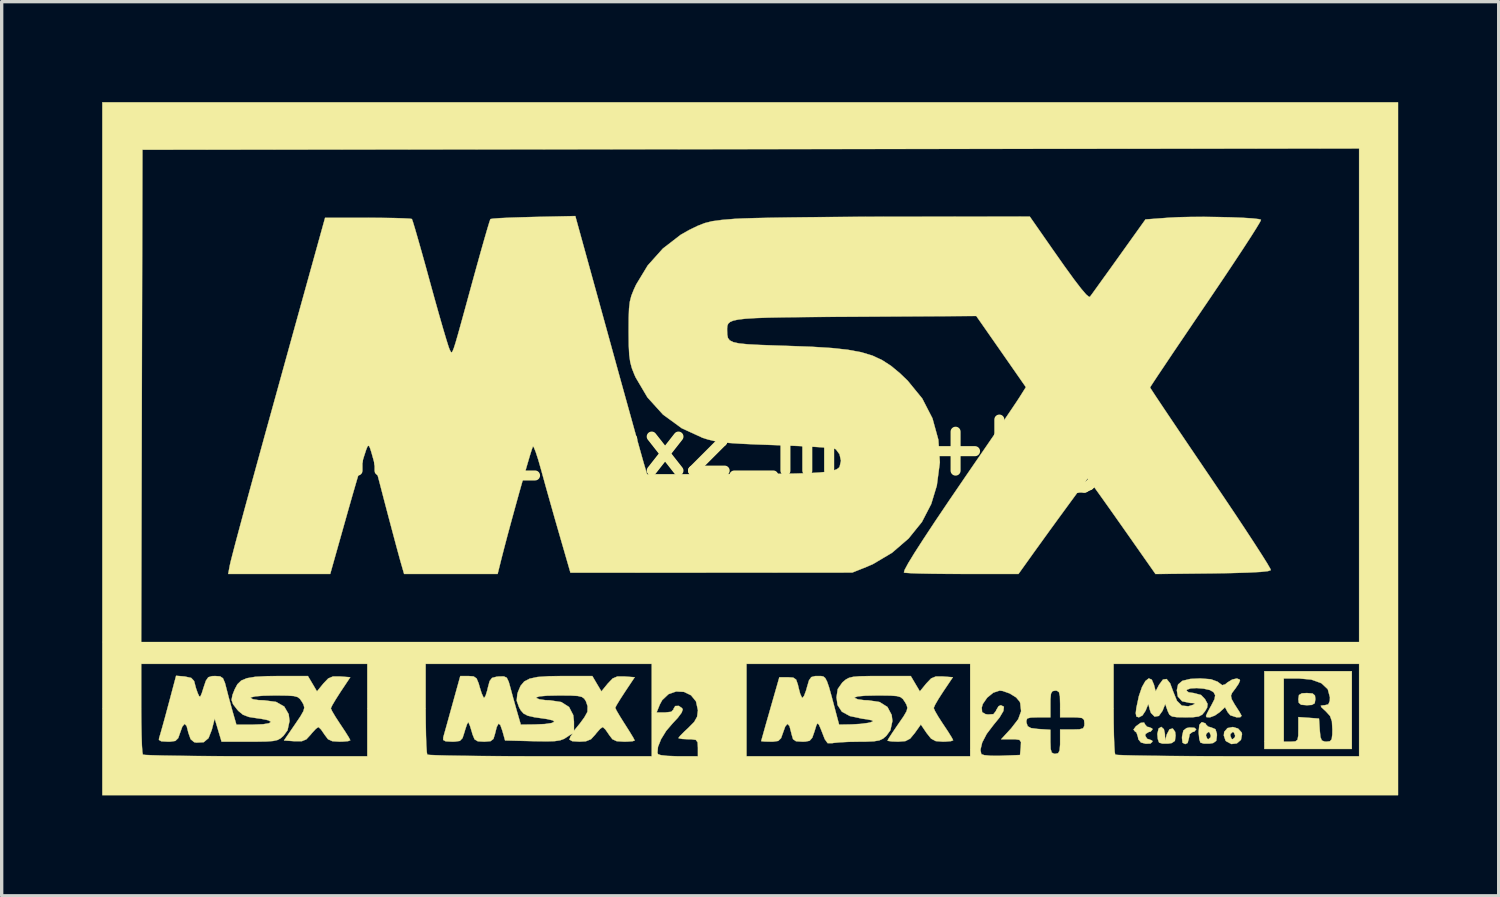
<source format=kicad_pcb>
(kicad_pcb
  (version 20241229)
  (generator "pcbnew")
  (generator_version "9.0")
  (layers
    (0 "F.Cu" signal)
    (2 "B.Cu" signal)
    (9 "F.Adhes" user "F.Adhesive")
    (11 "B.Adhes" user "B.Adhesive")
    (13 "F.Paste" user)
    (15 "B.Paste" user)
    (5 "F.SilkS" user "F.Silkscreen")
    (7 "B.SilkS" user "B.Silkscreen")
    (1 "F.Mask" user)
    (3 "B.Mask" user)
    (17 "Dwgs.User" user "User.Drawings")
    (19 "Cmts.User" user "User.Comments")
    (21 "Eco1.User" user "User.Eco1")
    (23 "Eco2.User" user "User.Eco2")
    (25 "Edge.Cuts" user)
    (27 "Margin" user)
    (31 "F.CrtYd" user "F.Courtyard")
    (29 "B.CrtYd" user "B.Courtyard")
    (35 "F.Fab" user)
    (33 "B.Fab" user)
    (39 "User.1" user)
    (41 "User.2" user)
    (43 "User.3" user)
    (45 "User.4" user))
  (footprint "msx_msx2_msx+logo"
    (layer "F.Cu")
    (at 19.309 10.31)
    (property "Reference" "msx_msx2_msx+logo" (at 0 0 0) (layer "F.SilkS") (effects (font (size 1.524 1.524) (thickness 0.3))))
    (attr through_hole)
    (fp_poly (pts (xy 16.827 7.343) (xy 16.897 7.404) (xy 16.909 7.511) (xy 16.89 7.634) (xy 16.805 7.684) (xy 16.655 7.693) (xy 16.483 7.679) (xy 16.413 7.618) (xy 16.401 7.511) (xy 16.42 7.388) (xy 16.506 7.338) (xy 16.655 7.33) (xy 16.827 7.343)) (stroke (width 0.01) (type solid)) (fill yes) (layer "F.SilkS"))
    (fp_poly (pts (xy 13.297 8.366) (xy 13.353 8.413) (xy 13.294 8.482) (xy 13.244 8.491) (xy 13.157 8.554) (xy 13.135 8.672) (xy 13.096 8.82) (xy 13.022 8.854) (xy 12.944 8.813) (xy 12.927 8.67) (xy 12.931 8.618) (xy 12.969 8.449) (xy 13.065 8.375) (xy 13.154 8.359) (xy 13.297 8.366)) (stroke (width 0.01) (type solid)) (fill yes) (layer "F.SilkS"))
    (fp_poly (pts (xy 12.387 8.408) (xy 12.417 8.545) (xy 12.424 8.745) (xy 12.475 8.563) (xy 12.556 8.411) (xy 12.652 8.388) (xy 12.723 8.488) (xy 12.736 8.6) (xy 12.716 8.756) (xy 12.624 8.822) (xy 12.516 8.839) (xy 12.344 8.839) (xy 12.244 8.809) (xy 12.206 8.704) (xy 12.192 8.551) (xy 12.229 8.389) (xy 12.309 8.34) (xy 12.387 8.408)) (stroke (width 0.01) (type solid)) (fill yes) (layer "F.SilkS"))
    (fp_poly (pts (xy 14.601 8.389) (xy 14.707 8.505) (xy 14.72 8.555) (xy 14.688 8.727) (xy 14.566 8.832) (xy 14.402 8.852) (xy 14.245 8.768) (xy 14.227 8.748) (xy 14.177 8.6) (xy 14.369 8.6) (xy 14.408 8.696) (xy 14.442 8.709) (xy 14.506 8.65) (xy 14.514 8.6) (xy 14.475 8.503) (xy 14.442 8.491) (xy 14.377 8.55) (xy 14.369 8.6) (xy 14.177 8.6) (xy 14.176 8.597) (xy 14.188 8.49) (xy 14.286 8.375) (xy 14.442 8.344) (xy 14.601 8.389)) (stroke (width 0.01) (type solid)) (fill yes) (layer "F.SilkS"))
    (fp_poly (pts (xy 11.829 8.273) (xy 11.888 8.338) (xy 11.938 8.346) (xy 12.035 8.385) (xy 12.047 8.418) (xy 11.988 8.483) (xy 11.938 8.491) (xy 11.842 8.549) (xy 11.829 8.6) (xy 11.887 8.696) (xy 11.938 8.709) (xy 12.035 8.748) (xy 12.047 8.781) (xy 11.987 8.837) (xy 11.846 8.843) (xy 11.702 8.806) (xy 11.625 8.711) (xy 11.611 8.636) (xy 11.569 8.509) (xy 11.521 8.473) (xy 11.48 8.42) (xy 11.552 8.322) (xy 11.691 8.221) (xy 11.795 8.209) (xy 11.829 8.273)) (stroke (width 0.01) (type solid)) (fill yes) (layer "F.SilkS"))
    (fp_poly (pts (xy 13.631 8.237) (xy 13.643 8.268) (xy 13.705 8.33) (xy 13.807 8.359) (xy 13.927 8.41) (xy 13.969 8.546) (xy 13.97 8.6) (xy 13.95 8.756) (xy 13.858 8.822) (xy 13.75 8.839) (xy 13.578 8.839) (xy 13.478 8.809) (xy 13.444 8.708) (xy 13.434 8.6) (xy 13.643 8.6) (xy 13.683 8.696) (xy 13.716 8.709) (xy 13.78 8.65) (xy 13.789 8.6) (xy 13.749 8.503) (xy 13.716 8.491) (xy 13.652 8.55) (xy 13.643 8.6) (xy 13.434 8.6) (xy 13.426 8.526) (xy 13.426 8.479) (xy 13.445 8.282) (xy 13.51 8.204) (xy 13.535 8.201) (xy 13.631 8.237)) (stroke (width 0.01) (type solid)) (fill yes) (layer "F.SilkS"))
    (fp_poly (pts (xy 17.998 8.999) (xy 15.385 8.999) (xy 15.385 6.894) (xy 15.966 6.894) (xy 15.966 8.781) (xy 16.183 8.781) (xy 16.312 8.773) (xy 16.376 8.725) (xy 16.399 8.599) (xy 16.401 8.414) (xy 16.401 8.047) (xy 16.71 8.069) (xy 17.018 8.092) (xy 17.04 8.436) (xy 17.061 8.646) (xy 17.104 8.747) (xy 17.19 8.779) (xy 17.24 8.781) (xy 17.345 8.769) (xy 17.397 8.708) (xy 17.415 8.561) (xy 17.417 8.415) (xy 17.403 8.173) (xy 17.347 8.015) (xy 17.226 7.881) (xy 17.218 7.873) (xy 17.092 7.757) (xy 17.07 7.708) (xy 17.146 7.696) (xy 17.181 7.695) (xy 17.296 7.668) (xy 17.34 7.563) (xy 17.344 7.457) (xy 17.279 7.215) (xy 17.09 7.037) (xy 16.787 6.928) (xy 16.415 6.894) (xy 15.966 6.894) (xy 15.385 6.894) (xy 15.385 6.677) (xy 17.998 6.677) (xy 17.998 8.999)) (stroke (width 0.01) (type solid)) (fill yes) (layer "F.SilkS"))
    (fp_poly (pts (xy 12.026 6.93) (xy 12.091 7.082) (xy 12.141 7.278) (xy 12.241 7.086) (xy 12.359 6.927) (xy 12.469 6.911) (xy 12.574 7.04) (xy 12.665 7.286) (xy 12.777 7.562) (xy 12.922 7.705) (xy 13.115 7.725) (xy 13.249 7.685) (xy 13.32 7.647) (xy 13.264 7.629) (xy 13.168 7.625) (xy 12.931 7.575) (xy 12.803 7.433) (xy 12.773 7.245) (xy 12.811 7.074) (xy 12.94 6.965) (xy 13.176 6.908) (xy 13.47 6.894) (xy 13.79 6.918) (xy 13.989 6.991) (xy 14.019 7.014) (xy 14.129 7.095) (xy 14.219 7.069) (xy 14.284 7.014) (xy 14.426 6.927) (xy 14.565 6.895) (xy 14.652 6.928) (xy 14.659 6.957) (xy 14.618 7.052) (xy 14.518 7.2) (xy 14.502 7.22) (xy 14.422 7.326) (xy 14.389 7.411) (xy 14.411 7.512) (xy 14.496 7.664) (xy 14.643 7.892) (xy 14.707 8.01) (xy 14.667 8.051) (xy 14.561 8.055) (xy 14.371 7.994) (xy 14.293 7.903) (xy 14.212 7.752) (xy 14.05 7.903) (xy 13.908 8.001) (xy 13.763 8.055) (xy 13.662 8.05) (xy 13.643 8.015) (xy 13.677 7.934) (xy 13.76 7.774) (xy 13.804 7.697) (xy 13.899 7.511) (xy 13.918 7.394) (xy 13.868 7.301) (xy 13.756 7.239) (xy 13.573 7.198) (xy 13.367 7.181) (xy 13.185 7.191) (xy 13.076 7.23) (xy 13.063 7.257) (xy 13.126 7.308) (xy 13.278 7.33) (xy 13.279 7.33) (xy 13.495 7.387) (xy 13.614 7.511) (xy 13.691 7.653) (xy 13.678 7.765) (xy 13.614 7.874) (xy 13.532 7.974) (xy 13.427 8.029) (xy 13.254 8.052) (xy 13.031 8.055) (xy 12.778 8.051) (xy 12.631 8.029) (xy 12.552 7.975) (xy 12.504 7.874) (xy 12.497 7.856) (xy 12.427 7.656) (xy 12.346 7.861) (xy 12.237 8.013) (xy 12.11 8.033) (xy 12.001 7.924) (xy 11.97 7.837) (xy 11.922 7.656) (xy 11.841 7.856) (xy 11.747 7.999) (xy 11.64 8.055) (xy 11.566 8.03) (xy 11.547 7.931) (xy 11.566 7.771) (xy 11.64 7.423) (xy 11.733 7.152) (xy 11.835 6.971) (xy 11.936 6.892) (xy 12.026 6.93)) (stroke (width 0.01) (type solid)) (fill yes) (layer "F.SilkS"))
    (fp_poly (pts (xy -16.843 6.836) (xy -16.65 6.878) (xy -16.564 6.972) (xy -16.556 7.003) (xy -16.508 7.185) (xy -16.457 7.33) (xy -16.412 7.428) (xy -16.376 7.431) (xy -16.331 7.323) (xy -16.282 7.166) (xy -16.212 6.96) (xy -16.141 6.858) (xy -16.03 6.825) (xy -15.936 6.822) (xy -15.787 6.832) (xy -15.702 6.889) (xy -15.643 7.028) (xy -15.607 7.166) (xy -15.533 7.452) (xy -15.446 7.771) (xy -15.412 7.892) (xy -15.302 8.273) (xy -14.804 8.273) (xy -14.504 8.261) (xy -14.325 8.231) (xy -14.272 8.188) (xy -14.352 8.142) (xy -14.569 8.097) (xy -14.659 8.086) (xy -14.929 8.044) (xy -15.106 7.977) (xy -15.241 7.865) (xy -15.278 7.823) (xy -15.403 7.661) (xy -15.447 7.535) (xy -15.418 7.384) (xy -15.352 7.218) (xy -15.271 7.067) (xy -15.158 6.958) (xy -14.989 6.887) (xy -14.742 6.845) (xy -14.393 6.826) (xy -14.017 6.822) (xy -13.167 6.822) (xy -13.031 7.051) (xy -12.896 7.28) (xy -12.705 7.046) (xy -12.561 6.895) (xy -12.419 6.835) (xy -12.208 6.835) (xy -11.902 6.858) (xy -12.192 7.293) (xy -12.334 7.515) (xy -12.438 7.69) (xy -12.482 7.784) (xy -12.482 7.787) (xy -12.444 7.872) (xy -12.344 8.041) (xy -12.203 8.257) (xy -12.192 8.273) (xy -12.049 8.489) (xy -11.945 8.655) (xy -11.902 8.739) (xy -11.902 8.741) (xy -11.967 8.765) (xy -12.13 8.779) (xy -12.224 8.781) (xy -12.438 8.767) (xy -12.567 8.708) (xy -12.669 8.573) (xy -12.675 8.563) (xy -12.775 8.418) (xy -12.849 8.347) (xy -12.856 8.346) (xy -12.929 8.398) (xy -13.048 8.526) (xy -13.081 8.568) (xy -13.213 8.711) (xy -13.35 8.768) (xy -13.559 8.768) (xy -13.568 8.768) (xy -13.881 8.745) (xy -13.553 8.267) (xy -13.391 8.027) (xy -13.302 7.871) (xy -13.274 7.766) (xy -13.297 7.676) (xy -13.342 7.595) (xy -13.403 7.507) (xy -13.474 7.45) (xy -13.589 7.419) (xy -13.778 7.406) (xy -14.073 7.402) (xy -14.168 7.402) (xy -14.5 7.409) (xy -14.739 7.429) (xy -14.864 7.459) (xy -14.877 7.475) (xy -14.811 7.514) (xy -14.642 7.541) (xy -14.475 7.547) (xy -14.118 7.594) (xy -13.874 7.732) (xy -13.741 7.961) (xy -13.716 8.164) (xy -13.775 8.441) (xy -13.894 8.603) (xy -13.98 8.68) (xy -14.073 8.731) (xy -14.205 8.761) (xy -14.405 8.776) (xy -14.705 8.781) (xy -14.908 8.781) (xy -15.744 8.781) (xy -15.95 8.092) (xy -16.037 8.429) (xy -16.134 8.676) (xy -16.277 8.797) (xy -16.492 8.809) (xy -16.562 8.797) (xy -16.668 8.707) (xy -16.734 8.521) (xy -16.788 8.313) (xy -16.848 8.25) (xy -16.916 8.331) (xy -16.974 8.493) (xy -17.039 8.676) (xy -17.124 8.759) (xy -17.279 8.781) (xy -17.355 8.781) (xy -17.544 8.77) (xy -17.615 8.728) (xy -17.609 8.674) (xy -17.576 8.565) (xy -17.514 8.347) (xy -17.432 8.051) (xy -17.34 7.708) (xy -17.335 7.691) (xy -17.102 6.814) (xy -16.843 6.836)) (stroke (width 0.01) (type solid)) (fill yes) (layer "F.SilkS"))
    (fp_poly (pts (xy 4.966 7.051) (xy 5.102 7.28) (xy 5.293 7.046) (xy 5.438 6.894) (xy 5.582 6.834) (xy 5.785 6.835) (xy 6.087 6.858) (xy 5.801 7.283) (xy 5.659 7.503) (xy 5.557 7.679) (xy 5.516 7.775) (xy 5.515 7.776) (xy 5.554 7.867) (xy 5.654 8.04) (xy 5.796 8.259) (xy 5.806 8.273) (xy 5.949 8.489) (xy 6.052 8.655) (xy 6.096 8.739) (xy 6.096 8.741) (xy 6.031 8.765) (xy 5.869 8.779) (xy 5.788 8.781) (xy 5.575 8.764) (xy 5.437 8.69) (xy 5.305 8.525) (xy 5.131 8.269) (xy 4.949 8.525) (xy 4.811 8.691) (xy 4.671 8.764) (xy 4.457 8.781) (xy 4.452 8.781) (xy 4.261 8.774) (xy 4.149 8.757) (xy 4.137 8.748) (xy 4.175 8.678) (xy 4.278 8.52) (xy 4.423 8.306) (xy 4.457 8.257) (xy 4.618 8.023) (xy 4.705 7.873) (xy 4.73 7.77) (xy 4.703 7.678) (xy 4.658 7.6) (xy 4.597 7.509) (xy 4.526 7.452) (xy 4.414 7.42) (xy 4.229 7.406) (xy 3.94 7.402) (xy 3.825 7.402) (xy 3.474 7.409) (xy 3.249 7.429) (xy 3.156 7.461) (xy 3.157 7.475) (xy 3.25 7.517) (xy 3.437 7.543) (xy 3.564 7.547) (xy 3.9 7.598) (xy 4.135 7.746) (xy 4.261 7.985) (xy 4.282 8.164) (xy 4.222 8.441) (xy 4.104 8.603) (xy 4.004 8.69) (xy 3.892 8.743) (xy 3.731 8.77) (xy 3.483 8.781) (xy 3.287 8.782) (xy 2.978 8.787) (xy 2.708 8.801) (xy 2.524 8.819) (xy 2.488 8.826) (xy 2.349 8.826) (xy 2.264 8.708) (xy 2.26 8.698) (xy 2.154 8.426) (xy 2.089 8.275) (xy 2.047 8.233) (xy 2.014 8.288) (xy 1.971 8.427) (xy 1.957 8.473) (xy 1.89 8.664) (xy 1.811 8.754) (xy 1.676 8.78) (xy 1.588 8.781) (xy 1.405 8.769) (xy 1.316 8.707) (xy 1.271 8.555) (xy 1.265 8.526) (xy 1.21 8.316) (xy 1.15 8.25) (xy 1.083 8.329) (xy 1.024 8.493) (xy 0.958 8.677) (xy 0.874 8.759) (xy 0.72 8.781) (xy 0.65 8.781) (xy 0.47 8.777) (xy 0.371 8.767) (xy 0.365 8.763) (xy 0.385 8.691) (xy 0.437 8.505) (xy 0.514 8.231) (xy 0.61 7.897) (xy 0.637 7.801) (xy 0.907 6.858) (xy 1.161 6.858) (xy 1.322 6.869) (xy 1.408 6.928) (xy 1.46 7.076) (xy 1.48 7.166) (xy 1.53 7.354) (xy 1.581 7.463) (xy 1.598 7.475) (xy 1.646 7.411) (xy 1.706 7.25) (xy 1.734 7.148) (xy 1.793 6.948) (xy 1.862 6.853) (xy 1.978 6.823) (xy 2.057 6.822) (xy 2.15 6.822) (xy 2.22 6.835) (xy 2.277 6.882) (xy 2.33 6.982) (xy 2.39 7.155) (xy 2.465 7.421) (xy 2.566 7.801) (xy 2.609 7.965) (xy 2.691 8.273) (xy 3.069 8.266) (xy 3.326 8.251) (xy 3.551 8.222) (xy 3.629 8.204) (xy 3.704 8.172) (xy 3.672 8.144) (xy 3.519 8.114) (xy 3.375 8.094) (xy 3.011 8.016) (xy 2.773 7.885) (xy 2.645 7.688) (xy 2.613 7.459) (xy 2.65 7.211) (xy 2.784 7.02) (xy 2.805 7) (xy 2.892 6.926) (xy 2.986 6.876) (xy 3.114 6.845) (xy 3.306 6.829) (xy 3.591 6.823) (xy 3.914 6.822) (xy 4.831 6.822) (xy 4.966 7.051)) (stroke (width 0.01) (type solid)) (fill yes) (layer "F.SilkS"))
    (fp_poly (pts (xy -8.22 6.833) (xy -8.132 6.893) (xy -8.07 7.04) (xy -8.04 7.148) (xy -7.979 7.341) (xy -7.925 7.458) (xy -7.906 7.475) (xy -7.863 7.411) (xy -7.813 7.25) (xy -7.794 7.166) (xy -7.742 6.972) (xy -7.67 6.878) (xy -7.534 6.842) (xy -7.473 6.836) (xy -7.318 6.832) (xy -7.23 6.873) (xy -7.171 6.996) (xy -7.124 7.163) (xy -7.046 7.451) (xy -6.956 7.772) (xy -6.922 7.892) (xy -6.811 8.273) (xy -6.399 8.268) (xy -6.095 8.255) (xy -5.896 8.226) (xy -5.812 8.189) (xy -5.852 8.147) (xy -6.025 8.107) (xy -6.096 8.096) (xy -6.405 8.052) (xy -6.604 8.006) (xy -6.728 7.942) (xy -6.813 7.845) (xy -6.863 7.756) (xy -6.934 7.558) (xy -6.925 7.461) (xy -6.35 7.461) (xy -6.35 7.475) (xy -6.257 7.517) (xy -6.07 7.543) (xy -5.943 7.547) (xy -5.605 7.598) (xy -5.371 7.746) (xy -5.246 7.988) (xy -5.225 8.179) (xy -5.224 8.455) (xy -5.046 8.237) (xy -4.915 8.058) (xy -4.828 7.902) (xy -4.821 7.883) (xy -4.818 7.719) (xy -4.867 7.575) (xy -4.918 7.496) (xy -4.988 7.446) (xy -5.109 7.417) (xy -5.309 7.405) (xy -5.62 7.402) (xy -5.677 7.402) (xy -6.029 7.409) (xy -6.257 7.429) (xy -6.35 7.461) (xy -6.925 7.461) (xy -6.915 7.362) (xy -6.895 7.295) (xy -6.818 7.115) (xy -6.71 6.986) (xy -6.548 6.901) (xy -6.309 6.85) (xy -5.968 6.827) (xy -5.57 6.822) (xy -4.676 6.822) (xy -4.541 7.051) (xy -4.405 7.28) (xy -4.214 7.046) (xy -4.07 6.895) (xy -3.928 6.835) (xy -3.717 6.835) (xy -3.411 6.858) (xy -3.701 7.293) (xy -3.843 7.512) (xy -3.947 7.682) (xy -3.991 7.769) (xy -3.991 7.772) (xy -3.955 7.85) (xy -3.858 8.015) (xy -3.721 8.234) (xy -3.701 8.264) (xy -3.561 8.486) (xy -3.457 8.657) (xy -3.412 8.744) (xy -3.411 8.747) (xy -3.476 8.768) (xy -3.64 8.78) (xy -3.733 8.781) (xy -3.948 8.767) (xy -4.076 8.708) (xy -4.179 8.573) (xy -4.184 8.563) (xy -4.285 8.418) (xy -4.361 8.347) (xy -4.368 8.346) (xy -4.443 8.399) (xy -4.558 8.529) (xy -4.583 8.563) (xy -4.716 8.708) (xy -4.87 8.77) (xy -5.057 8.781) (xy -5.275 8.767) (xy -5.361 8.717) (xy -5.325 8.621) (xy -5.28 8.568) (xy -5.271 8.541) (xy -5.358 8.592) (xy -5.41 8.628) (xy -5.519 8.697) (xy -5.637 8.741) (xy -5.797 8.765) (xy -6.03 8.772) (xy -6.369 8.768) (xy -6.456 8.766) (xy -7.281 8.745) (xy -7.362 8.455) (xy -7.424 8.281) (xy -7.477 8.244) (xy -7.531 8.346) (xy -7.581 8.545) (xy -7.628 8.699) (xy -7.714 8.766) (xy -7.888 8.781) (xy -7.913 8.781) (xy -8.095 8.77) (xy -8.192 8.711) (xy -8.253 8.563) (xy -8.273 8.491) (xy -8.328 8.311) (xy -8.372 8.209) (xy -8.382 8.201) (xy -8.418 8.263) (xy -8.471 8.42) (xy -8.491 8.491) (xy -8.551 8.675) (xy -8.63 8.758) (xy -8.782 8.78) (xy -8.865 8.781) (xy -9.053 8.771) (xy -9.128 8.73) (xy -9.126 8.654) (xy -9.094 8.537) (xy -9.031 8.313) (xy -8.948 8.013) (xy -8.854 7.674) (xy -8.618 6.822) (xy -8.373 6.822) (xy -8.22 6.833)) (stroke (width 0.01) (type solid)) (fill yes) (layer "F.SilkS"))
    (fp_poly (pts (xy 19.377 10.378) (xy -19.304 10.378) (xy -19.304 6.459) (xy -18.143 6.459) (xy -18.143 7.789) (xy -18.14 8.215) (xy -18.133 8.589) (xy -18.123 8.889) (xy -18.109 9.09) (xy -18.094 9.168) (xy -18.014 9.178) (xy -17.803 9.187) (xy -17.477 9.196) (xy -17.049 9.203) (xy -16.534 9.209) (xy -15.948 9.213) (xy -15.304 9.216) (xy -14.72 9.217) (xy -11.394 9.217) (xy -11.394 6.459) (xy -9.652 6.459) (xy -9.652 7.789) (xy -9.649 8.215) (xy -9.642 8.589) (xy -9.632 8.889) (xy -9.618 9.09) (xy -9.604 9.168) (xy -9.523 9.178) (xy -9.313 9.187) (xy -8.986 9.196) (xy -8.558 9.203) (xy -8.043 9.209) (xy -7.457 9.213) (xy -6.813 9.216) (xy -6.229 9.217) (xy -2.903 9.217) (xy -2.903 7.91) (xy -2.758 7.91) (xy -2.504 7.91) (xy -2.319 7.889) (xy -2.251 7.816) (xy -2.25 7.796) (xy -2.2 7.717) (xy -2.095 7.713) (xy -1.998 7.78) (xy -1.977 7.82) (xy -2.01 7.915) (xy -2.125 8.07) (xy -2.274 8.229) (xy -2.47 8.457) (xy -2.623 8.705) (xy -2.716 8.936) (xy -2.731 9.113) (xy -2.714 9.155) (xy -2.629 9.184) (xy -2.436 9.206) (xy -2.173 9.216) (xy -2.1 9.217) (xy -1.524 9.217) (xy -1.524 8.963) (xy -1.533 8.8) (xy -1.587 8.728) (xy -1.729 8.709) (xy -1.814 8.709) (xy -1.996 8.7) (xy -2.097 8.68) (xy -2.105 8.672) (xy -2.055 8.607) (xy -1.928 8.479) (xy -1.814 8.373) (xy -1.635 8.192) (xy -1.548 8.036) (xy -1.524 7.854) (xy -1.524 7.841) (xy -1.581 7.579) (xy -1.73 7.396) (xy -1.939 7.295) (xy -2.174 7.283) (xy -2.402 7.363) (xy -2.59 7.541) (xy -2.662 7.674) (xy -2.758 7.91) (xy -2.903 7.91) (xy -2.903 6.459) (xy -0.073 6.459) (xy -0.073 9.217) (xy 6.604 9.217) (xy 6.604 9.027) (xy 6.91 9.027) (xy 6.937 9.154) (xy 7.025 9.184) (xy 7.219 9.202) (xy 7.48 9.203) (xy 7.535 9.201) (xy 8.092 9.18) (xy 8.114 8.944) (xy 8.121 8.796) (xy 8.076 8.728) (xy 7.943 8.709) (xy 7.833 8.709) (xy 7.529 8.709) (xy 7.828 8.384) (xy 8.006 8.154) (xy 8.281 8.154) (xy 8.286 8.219) (xy 8.322 8.321) (xy 8.418 8.375) (xy 8.613 8.401) (xy 8.654 8.404) (xy 8.999 8.426) (xy 8.999 8.785) (xy 9.007 9.001) (xy 9.04 9.109) (xy 9.113 9.143) (xy 9.144 9.144) (xy 9.231 9.125) (xy 9.274 9.044) (xy 9.289 8.865) (xy 9.289 8.781) (xy 9.289 8.418) (xy 9.652 8.418) (xy 9.867 8.412) (xy 9.975 8.382) (xy 10.011 8.31) (xy 10.015 8.237) (xy 10.003 8.129) (xy 9.943 8.075) (xy 9.798 8.057) (xy 9.652 8.055) (xy 9.289 8.055) (xy 9.289 7.656) (xy 9.283 7.426) (xy 9.256 7.305) (xy 9.195 7.261) (xy 9.144 7.257) (xy 9.06 7.274) (xy 9.016 7.349) (xy 9 7.516) (xy 8.999 7.656) (xy 8.999 8.055) (xy 8.631 8.055) (xy 8.415 8.061) (xy 8.309 8.088) (xy 8.281 8.154) (xy 8.006 8.154) (xy 8.038 8.112) (xy 8.125 7.872) (xy 8.099 7.632) (xy 8.083 7.587) (xy 7.975 7.46) (xy 7.785 7.342) (xy 7.575 7.268) (xy 7.483 7.257) (xy 7.296 7.318) (xy 7.112 7.467) (xy 6.981 7.656) (xy 6.949 7.765) (xy 6.961 7.9) (xy 7.062 7.959) (xy 7.136 7.97) (xy 7.298 7.96) (xy 7.373 7.865) (xy 7.38 7.843) (xy 7.452 7.722) (xy 7.52 7.693) (xy 7.611 7.738) (xy 7.596 7.865) (xy 7.479 8.063) (xy 7.303 8.278) (xy 7.099 8.546) (xy 6.963 8.806) (xy 6.91 9.027) (xy 6.604 9.027) (xy 6.604 6.459) (xy 10.886 6.459) (xy 10.886 7.789) (xy 10.888 8.215) (xy 10.895 8.589) (xy 10.906 8.889) (xy 10.919 9.09) (xy 10.934 9.168) (xy 11.014 9.178) (xy 11.225 9.187) (xy 11.553 9.195) (xy 11.985 9.202) (xy 12.505 9.208) (xy 13.101 9.212) (xy 13.757 9.215) (xy 14.461 9.217) (xy 14.599 9.217) (xy 18.215 9.217) (xy 18.215 6.459) (xy 10.886 6.459) (xy 6.604 6.459) (xy -0.073 6.459) (xy -2.903 6.459) (xy -9.652 6.459) (xy -11.394 6.459) (xy -18.143 6.459) (xy -19.304 6.459) (xy -19.304 5.806) (xy -18.144 5.806) (xy 18.215 5.806) (xy 18.215 -8.927) (xy 0.054 -8.908) (xy -18.107 -8.89) (xy -18.125 -1.542) (xy -18.144 5.806) (xy -19.304 5.806) (xy -19.304 -10.305) (xy 19.377 -10.305) (xy 19.377 10.378)) (stroke (width 0.01) (type solid)) (fill yes) (layer "F.SilkS"))
    (fp_poly (pts (xy -4.215 -3.401) (xy -4.022 -2.7) (xy -3.838 -2.033) (xy -3.666 -1.414) (xy -3.511 -0.857) (xy -3.378 -0.378) (xy -3.27 0.009) (xy -3.192 0.287) (xy -3.148 0.443) (xy -3.145 0.454) (xy -3.042 0.798) (xy -0.523 0.793) (xy 0.241 0.79) (xy 0.873 0.785) (xy 1.385 0.777) (xy 1.791 0.764) (xy 2.104 0.746) (xy 2.336 0.723) (xy 2.501 0.692) (xy 2.611 0.654) (xy 2.679 0.608) (xy 2.706 0.574) (xy 2.747 0.398) (xy 2.705 0.203) (xy 2.598 0.057) (xy 2.559 0.035) (xy 2.452 0.017) (xy 2.222 -0.003) (xy 1.892 -0.024) (xy 1.484 -0.045) (xy 1.02 -0.064) (xy 0.762 -0.073) (xy 0.203 -0.093) (xy -0.233 -0.113) (xy -0.571 -0.135) (xy -0.834 -0.162) (xy -1.043 -0.196) (xy -1.224 -0.24) (xy -1.379 -0.288) (xy -2.012 -0.579) (xy -2.568 -0.986) (xy -3.03 -1.496) (xy -3.384 -2.096) (xy -3.42 -2.177) (xy -3.495 -2.367) (xy -3.544 -2.551) (xy -3.574 -2.766) (xy -3.588 -3.048) (xy -3.592 -3.435) (xy -3.592 -3.483) (xy -3.59 -3.868) (xy -3.58 -4.146) (xy -3.556 -4.353) (xy -3.512 -4.527) (xy -3.441 -4.706) (xy -3.368 -4.864) (xy -3.023 -5.434) (xy -2.569 -5.941) (xy -2.036 -6.352) (xy -1.787 -6.493) (xy -1.532 -6.617) (xy -1.317 -6.701) (xy -1.097 -6.756) (xy -0.827 -6.793) (xy -0.46 -6.824) (xy -0.423 -6.827) (xy -0.192 -6.838) (xy 0.167 -6.849) (xy 0.637 -6.859) (xy 1.202 -6.868) (xy 1.844 -6.876) (xy 2.546 -6.882) (xy 3.292 -6.887) (xy 4.065 -6.89) (xy 4.392 -6.89) (xy 8.384 -6.894) (xy 9.06 -5.924) (xy 9.418 -5.415) (xy 9.702 -5.023) (xy 9.917 -4.743) (xy 10.066 -4.569) (xy 10.154 -4.497) (xy 10.178 -4.499) (xy 10.229 -4.567) (xy 10.35 -4.734) (xy 10.528 -4.982) (xy 10.751 -5.291) (xy 11.003 -5.643) (xy 11.024 -5.672) (xy 11.837 -6.809) (xy 12.536 -6.861) (xy 12.828 -6.876) (xy 13.187 -6.884) (xy 13.585 -6.886) (xy 13.996 -6.881) (xy 14.393 -6.872) (xy 14.747 -6.858) (xy 15.033 -6.84) (xy 15.223 -6.818) (xy 15.287 -6.799) (xy 15.256 -6.732) (xy 15.152 -6.558) (xy 14.983 -6.29) (xy 14.756 -5.941) (xy 14.48 -5.523) (xy 14.164 -5.049) (xy 13.815 -4.532) (xy 13.652 -4.291) (xy 13.29 -3.758) (xy 12.956 -3.264) (xy 12.656 -2.821) (xy 12.401 -2.44) (xy 12.197 -2.136) (xy 12.055 -1.921) (xy 11.982 -1.807) (xy 11.974 -1.793) (xy 12.014 -1.728) (xy 12.127 -1.555) (xy 12.305 -1.288) (xy 12.541 -0.936) (xy 12.825 -0.514) (xy 13.15 -0.033) (xy 13.508 0.495) (xy 13.79 0.911) (xy 14.166 1.467) (xy 14.515 1.987) (xy 14.828 2.459) (xy 15.097 2.87) (xy 15.315 3.209) (xy 15.473 3.461) (xy 15.562 3.616) (xy 15.58 3.66) (xy 15.498 3.689) (xy 15.271 3.714) (xy 14.903 3.733) (xy 14.395 3.748) (xy 13.846 3.757) (xy 12.137 3.776) (xy 11.258 2.523) (xy 10.987 2.138) (xy 10.737 1.784) (xy 10.522 1.482) (xy 10.358 1.253) (xy 10.258 1.116) (xy 10.245 1.099) (xy 10.111 0.928) (xy 9.533 1.716) (xy 9.263 2.085) (xy 8.972 2.485) (xy 8.697 2.866) (xy 8.5 3.139) (xy 8.046 3.774) (xy 6.357 3.774) (xy 5.877 3.772) (xy 5.445 3.767) (xy 5.085 3.76) (xy 4.815 3.75) (xy 4.658 3.739) (xy 4.626 3.731) (xy 4.648 3.652) (xy 4.753 3.457) (xy 4.94 3.15) (xy 5.209 2.732) (xy 5.556 2.206) (xy 5.982 1.574) (xy 6.484 0.838) (xy 6.769 0.423) (xy 7.076 -0.023) (xy 7.365 -0.445) (xy 7.623 -0.823) (xy 7.837 -1.139) (xy 7.994 -1.373) (xy 8.077 -1.5) (xy 8.267 -1.802) (xy 7.527 -2.865) (xy 6.786 -3.927) (xy 3.186 -3.905) (xy 2.343 -3.9) (xy 1.632 -3.894) (xy 1.044 -3.887) (xy 0.567 -3.878) (xy 0.188 -3.864) (xy -0.102 -3.846) (xy -0.317 -3.821) (xy -0.467 -3.789) (xy -0.564 -3.748) (xy -0.62 -3.697) (xy -0.645 -3.634) (xy -0.652 -3.559) (xy -0.652 -3.493) (xy -0.648 -3.368) (xy -0.628 -3.272) (xy -0.574 -3.199) (xy -0.469 -3.146) (xy -0.297 -3.108) (xy -0.041 -3.082) (xy 0.315 -3.063) (xy 0.79 -3.046) (xy 1.158 -3.034) (xy 1.873 -3.008) (xy 2.463 -2.971) (xy 2.948 -2.919) (xy 3.348 -2.846) (xy 3.684 -2.745) (xy 3.975 -2.61) (xy 4.242 -2.437) (xy 4.505 -2.219) (xy 4.74 -1.993) (xy 5.173 -1.463) (xy 5.478 -0.871) (xy 5.654 -0.232) (xy 5.699 0.442) (xy 5.608 1.136) (xy 5.441 1.686) (xy 5.163 2.223) (xy 4.765 2.716) (xy 4.271 3.142) (xy 3.705 3.478) (xy 3.5 3.567) (xy 3.084 3.733) (xy -5.329 3.737) (xy -5.665 2.576) (xy -5.798 2.114) (xy -5.935 1.63) (xy -6.064 1.173) (xy -6.17 0.789) (xy -6.203 0.669) (xy -6.289 0.369) (xy -6.365 0.135) (xy -6.422 -0.006) (xy -6.448 -0.035) (xy -6.478 0.044) (xy -6.54 0.24) (xy -6.626 0.532) (xy -6.731 0.895) (xy -6.848 1.308) (xy -6.97 1.748) (xy -7.092 2.192) (xy -7.207 2.617) (xy -7.308 3.001) (xy -7.381 3.284) (xy -7.503 3.774) (xy -10.295 3.774) (xy -10.405 3.393) (xy -10.457 3.203) (xy -10.539 2.902) (xy -10.641 2.519) (xy -10.757 2.083) (xy -10.878 1.623) (xy -10.885 1.597) (xy -11.023 1.066) (xy -11.13 0.66) (xy -11.21 0.363) (xy -11.267 0.159) (xy -11.307 0.032) (xy -11.335 -0.034) (xy -11.356 -0.054) (xy -11.374 -0.045) (xy -11.391 -0.025) (xy -11.425 0.058) (xy -11.492 0.263) (xy -11.586 0.57) (xy -11.702 0.96) (xy -11.834 1.414) (xy -11.974 1.905) (xy -12.501 3.774) (xy -15.546 3.774) (xy -15.501 3.529) (xy -15.473 3.405) (xy -15.416 3.182) (xy -15.331 2.855) (xy -15.215 2.422) (xy -15.068 1.877) (xy -14.888 1.217) (xy -14.674 0.437) (xy -14.425 -0.468) (xy -14.139 -1.5) (xy -13.817 -2.665) (xy -13.55 -3.629) (xy -12.654 -6.858) (xy -11.377 -6.858) (xy -10.961 -6.856) (xy -10.598 -6.851) (xy -10.311 -6.842) (xy -10.125 -6.832) (xy -10.063 -6.822) (xy -10.035 -6.745) (xy -9.974 -6.546) (xy -9.887 -6.245) (xy -9.777 -5.859) (xy -9.651 -5.408) (xy -9.516 -4.915) (xy -9.377 -4.412) (xy -9.247 -3.95) (xy -9.132 -3.55) (xy -9.037 -3.231) (xy -8.969 -3.014) (xy -8.934 -2.92) (xy -8.911 -2.876) (xy -8.892 -2.845) (xy -8.872 -2.842) (xy -8.846 -2.88) (xy -8.809 -2.972) (xy -8.758 -3.133) (xy -8.688 -3.375) (xy -8.594 -3.713) (xy -8.471 -4.16) (xy -8.315 -4.73) (xy -8.269 -4.899) (xy -8.131 -5.399) (xy -8.005 -5.851) (xy -7.895 -6.238) (xy -7.807 -6.541) (xy -7.746 -6.741) (xy -7.718 -6.82) (xy -7.718 -6.82) (xy -7.637 -6.833) (xy -7.436 -6.848) (xy -7.138 -6.862) (xy -6.768 -6.874) (xy -6.433 -6.883) (xy -5.184 -6.91) (xy -4.215 -3.401)) (stroke (width 0.01) (type solid)) (fill yes) (layer "F.SilkS")))
  (gr_rect
    (start -3 -3)
    (end 41.691 23.693)
    (stroke (width 0.1) (type default))
    (fill no)
    (layer "Edge.Cuts")))
</source>
